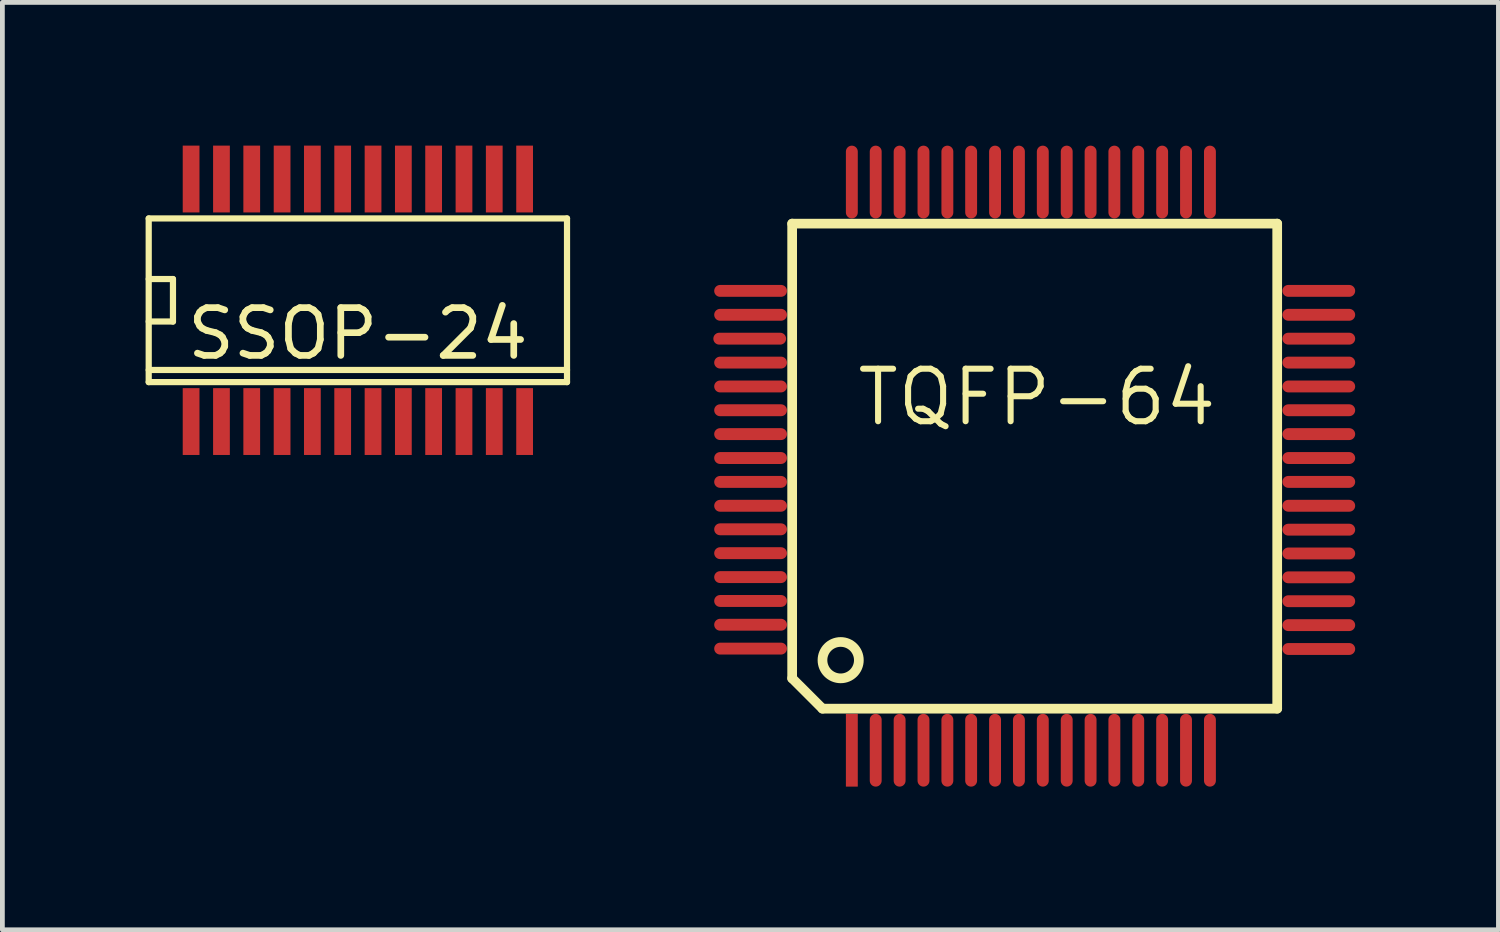
<source format=kicad_pcb>
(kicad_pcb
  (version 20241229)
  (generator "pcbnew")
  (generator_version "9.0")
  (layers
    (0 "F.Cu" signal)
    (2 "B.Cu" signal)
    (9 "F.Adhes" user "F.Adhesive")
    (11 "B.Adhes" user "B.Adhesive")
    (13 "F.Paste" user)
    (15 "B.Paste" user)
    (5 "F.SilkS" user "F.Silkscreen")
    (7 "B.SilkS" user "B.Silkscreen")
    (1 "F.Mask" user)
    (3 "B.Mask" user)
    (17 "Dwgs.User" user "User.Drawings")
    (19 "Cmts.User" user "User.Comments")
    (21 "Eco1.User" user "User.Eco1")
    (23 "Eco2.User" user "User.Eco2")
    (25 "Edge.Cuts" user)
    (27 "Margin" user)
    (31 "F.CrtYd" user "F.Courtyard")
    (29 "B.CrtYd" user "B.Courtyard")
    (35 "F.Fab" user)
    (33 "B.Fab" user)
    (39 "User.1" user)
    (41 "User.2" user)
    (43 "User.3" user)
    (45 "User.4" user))
  (footprint "SSOP-24"
    (layer "F.Cu")
    (at 4.446 3.24)
    (property "Reference" "SSOP-24" (at 0 0.699 0) (layer "F.SilkS") (effects (font (size 1.001 1.001) (thickness 0.14))))
    (attr smd)
    (fp_line (start -4.381 -1.714) (end 4.381 -1.714) (stroke (width 0.13) (type solid)) (layer "F.SilkS"))
    (fp_line (start -4.381 -0.445) (end -3.873 -0.445) (stroke (width 0.13) (type solid)) (layer "F.SilkS"))
    (fp_line (start -4.381 0.445) (end -3.873 0.445) (stroke (width 0.13) (type solid)) (layer "F.SilkS"))
    (fp_line (start -4.381 1.46) (end 4.381 1.46) (stroke (width 0.13) (type solid)) (layer "F.SilkS"))
    (fp_line (start -4.381 1.714) (end -4.381 -1.714) (stroke (width 0.13) (type solid)) (layer "F.SilkS"))
    (fp_line (start -3.873 -0.445) (end -3.873 0.445) (stroke (width 0.13) (type solid)) (layer "F.SilkS"))
    (fp_line (start 4.381 -1.714) (end 4.381 1.714) (stroke (width 0.13) (type solid)) (layer "F.SilkS"))
    (fp_line (start 4.381 1.714) (end -4.381 1.714) (stroke (width 0.13) (type solid)) (layer "F.SilkS"))
    (pad "1" smd rect (at -3.493 2.54) (size 0.351 1.4) (layers "F.Cu" "F.Mask" "F.Paste"))
    (pad "2" smd rect (at -2.857 2.54) (size 0.351 1.4) (layers "F.Cu" "F.Mask" "F.Paste"))
    (pad "3" smd rect (at -2.223 2.54) (size 0.351 1.4) (layers "F.Cu" "F.Mask" "F.Paste"))
    (pad "4" smd rect (at -1.587 2.54) (size 0.351 1.4) (layers "F.Cu" "F.Mask" "F.Paste"))
    (pad "5" smd rect (at -0.953 2.54) (size 0.351 1.4) (layers "F.Cu" "F.Mask" "F.Paste"))
    (pad "6" smd rect (at -0.318 2.54) (size 0.351 1.4) (layers "F.Cu" "F.Mask" "F.Paste"))
    (pad "7" smd rect (at 0.318 2.54) (size 0.351 1.4) (layers "F.Cu" "F.Mask" "F.Paste"))
    (pad "8" smd rect (at 0.953 2.54) (size 0.351 1.4) (layers "F.Cu" "F.Mask" "F.Paste"))
    (pad "9" smd rect (at 1.587 2.54) (size 0.351 1.4) (layers "F.Cu" "F.Mask" "F.Paste"))
    (pad "10" smd rect (at 2.223 2.54) (size 0.351 1.4) (layers "F.Cu" "F.Mask" "F.Paste"))
    (pad "11" smd rect (at 2.857 2.54) (size 0.351 1.4) (layers "F.Cu" "F.Mask" "F.Paste"))
    (pad "12" smd rect (at 3.493 2.54) (size 0.351 1.4) (layers "F.Cu" "F.Mask" "F.Paste"))
    (pad "13" smd rect (at 3.493 -2.54) (size 0.351 1.4) (layers "F.Cu" "F.Mask" "F.Paste"))
    (pad "14" smd rect (at 2.857 -2.54) (size 0.351 1.4) (layers "F.Cu" "F.Mask" "F.Paste"))
    (pad "15" smd rect (at 2.223 -2.54) (size 0.351 1.4) (layers "F.Cu" "F.Mask" "F.Paste"))
    (pad "16" smd rect (at 1.587 -2.54) (size 0.351 1.4) (layers "F.Cu" "F.Mask" "F.Paste"))
    (pad "17" smd rect (at 0.953 -2.54) (size 0.351 1.4) (layers "F.Cu" "F.Mask" "F.Paste"))
    (pad "18" smd rect (at 0.318 -2.54) (size 0.351 1.4) (layers "F.Cu" "F.Mask" "F.Paste"))
    (pad "19" smd rect (at -0.318 -2.54) (size 0.351 1.4) (layers "F.Cu" "F.Mask" "F.Paste"))
    (pad "20" smd rect (at -0.953 -2.54) (size 0.351 1.4) (layers "F.Cu" "F.Mask" "F.Paste"))
    (pad "21" smd rect (at -1.587 -2.54) (size 0.351 1.4) (layers "F.Cu" "F.Mask" "F.Paste"))
    (pad "22" smd rect (at -2.223 -2.54) (size 0.351 1.4) (layers "F.Cu" "F.Mask" "F.Paste"))
    (pad "23" smd rect (at -2.857 -2.54) (size 0.351 1.4) (layers "F.Cu" "F.Mask" "F.Paste"))
    (pad "24" smd rect (at -3.493 -2.54) (size 0.351 1.4) (layers "F.Cu" "F.Mask" "F.Paste")))
  (footprint "TQFP-64"
    (layer "F.Cu")
    (at 18.542 6.795)
    (property "Reference" "TQFP-64" (at 0.127 -1.524 0) (layer "F.SilkS") (effects (font (size 1.1 1.1) (thickness 0.127))))
    (attr through_hole)
    (fp_line (start -4.999 -5.161) (end -4.999 4.364) (stroke (width 0.203) (type solid)) (layer "F.SilkS"))
    (fp_line (start -4.999 4.364) (end -4.364 4.999) (stroke (width 0.203) (type solid)) (layer "F.SilkS"))
    (fp_line (start -4.364 4.999) (end 5.161 4.999) (stroke (width 0.203) (type solid)) (layer "F.SilkS"))
    (fp_line (start 5.161 -5.161) (end -4.999 -5.161) (stroke (width 0.203) (type solid)) (layer "F.SilkS"))
    (fp_line (start 5.161 4.999) (end 5.161 -5.161) (stroke (width 0.203) (type solid)) (layer "F.SilkS"))
    (fp_circle (center -3.983 3.983) (end -3.983 3.602) (stroke (width 0.203) (type solid)) (fill no) (layer "F.SilkS"))
    (pad "1" smd rect (at -3.749 5.87) (size 0.249 1.524) (layers "F.Cu" "F.Mask" "F.Paste"))
    (pad "2" smd oval (at -3.249 5.87) (size 0.249 1.524) (layers "F.Cu" "F.Mask" "F.Paste"))
    (pad "3" smd oval (at -2.748 5.87) (size 0.249 1.524) (layers "F.Cu" "F.Mask" "F.Paste"))
    (pad "4" smd oval (at -2.248 5.87) (size 0.249 1.524) (layers "F.Cu" "F.Mask" "F.Paste"))
    (pad "5" smd oval (at -1.748 5.87) (size 0.249 1.524) (layers "F.Cu" "F.Mask" "F.Paste"))
    (pad "6" smd oval (at -1.25 5.87) (size 0.249 1.524) (layers "F.Cu" "F.Mask" "F.Paste"))
    (pad "7" smd oval (at -0.749 5.87) (size 0.249 1.524) (layers "F.Cu" "F.Mask" "F.Paste"))
    (pad "8" smd oval (at -0.249 5.87) (size 0.249 1.524) (layers "F.Cu" "F.Mask" "F.Paste"))
    (pad "9" smd oval (at 0.251 5.87) (size 0.249 1.524) (layers "F.Cu" "F.Mask" "F.Paste"))
    (pad "10" smd oval (at 0.752 5.87) (size 0.249 1.524) (layers "F.Cu" "F.Mask" "F.Paste"))
    (pad "11" smd oval (at 1.252 5.87) (size 0.249 1.524) (layers "F.Cu" "F.Mask" "F.Paste"))
    (pad "12" smd oval (at 1.75 5.87) (size 0.249 1.524) (layers "F.Cu" "F.Mask" "F.Paste"))
    (pad "13" smd oval (at 2.25 5.87) (size 0.249 1.524) (layers "F.Cu" "F.Mask" "F.Paste"))
    (pad "14" smd oval (at 2.751 5.87) (size 0.249 1.524) (layers "F.Cu" "F.Mask" "F.Paste"))
    (pad "15" smd oval (at 3.251 5.87) (size 0.249 1.524) (layers "F.Cu" "F.Mask" "F.Paste"))
    (pad "16" smd oval (at 3.752 5.87) (size 0.249 1.524) (layers "F.Cu" "F.Mask" "F.Paste"))
    (pad "17" smd oval (at 6.032 3.749) (size 1.524 0.249) (layers "F.Cu" "F.Mask" "F.Paste"))
    (pad "18" smd oval (at 6.032 3.249) (size 1.524 0.249) (layers "F.Cu" "F.Mask" "F.Paste"))
    (pad "19" smd oval (at 6.032 2.748) (size 1.524 0.249) (layers "F.Cu" "F.Mask" "F.Paste"))
    (pad "20" smd oval (at 6.032 2.248) (size 1.524 0.249) (layers "F.Cu" "F.Mask" "F.Paste"))
    (pad "21" smd oval (at 6.032 1.748) (size 1.524 0.249) (layers "F.Cu" "F.Mask" "F.Paste"))
    (pad "22" smd oval (at 6.032 1.25) (size 1.524 0.249) (layers "F.Cu" "F.Mask" "F.Paste"))
    (pad "23" smd oval (at 6.032 0.749) (size 1.524 0.249) (layers "F.Cu" "F.Mask" "F.Paste"))
    (pad "24" smd oval (at 6.032 0.249) (size 1.524 0.249) (layers "F.Cu" "F.Mask" "F.Paste"))
    (pad "25" smd oval (at 6.032 -0.251) (size 1.524 0.249) (layers "F.Cu" "F.Mask" "F.Paste"))
    (pad "26" smd oval (at 6.032 -0.752) (size 1.524 0.249) (layers "F.Cu" "F.Mask" "F.Paste"))
    (pad "27" smd oval (at 6.032 -1.252) (size 1.524 0.249) (layers "F.Cu" "F.Mask" "F.Paste"))
    (pad "28" smd oval (at 6.032 -1.75) (size 1.524 0.249) (layers "F.Cu" "F.Mask" "F.Paste"))
    (pad "29" smd oval (at 6.032 -2.25) (size 1.524 0.249) (layers "F.Cu" "F.Mask" "F.Paste"))
    (pad "30" smd oval (at 6.032 -2.751) (size 1.524 0.249) (layers "F.Cu" "F.Mask" "F.Paste"))
    (pad "31" smd oval (at 6.032 -3.251) (size 1.524 0.249) (layers "F.Cu" "F.Mask" "F.Paste"))
    (pad "32" smd oval (at 6.032 -3.752) (size 1.524 0.249) (layers "F.Cu" "F.Mask" "F.Paste"))
    (pad "33" smd oval (at 3.752 -6.032) (size 0.249 1.524) (layers "F.Cu" "F.Mask" "F.Paste"))
    (pad "34" smd oval (at 3.251 -6.032) (size 0.249 1.524) (layers "F.Cu" "F.Mask" "F.Paste"))
    (pad "35" smd oval (at 2.751 -6.032) (size 0.249 1.524) (layers "F.Cu" "F.Mask" "F.Paste"))
    (pad "36" smd oval (at 2.25 -6.032) (size 0.249 1.524) (layers "F.Cu" "F.Mask" "F.Paste"))
    (pad "37" smd oval (at 1.75 -6.032) (size 0.249 1.524) (layers "F.Cu" "F.Mask" "F.Paste"))
    (pad "38" smd oval (at 1.252 -6.032) (size 0.249 1.524) (layers "F.Cu" "F.Mask" "F.Paste"))
    (pad "39" smd oval (at 0.752 -6.032) (size 0.249 1.524) (layers "F.Cu" "F.Mask" "F.Paste"))
    (pad "40" smd oval (at 0.251 -6.032) (size 0.249 1.524) (layers "F.Cu" "F.Mask" "F.Paste"))
    (pad "41" smd oval (at -0.249 -6.032) (size 0.249 1.524) (layers "F.Cu" "F.Mask" "F.Paste"))
    (pad "42" smd oval (at -0.749 -6.032) (size 0.249 1.524) (layers "F.Cu" "F.Mask" "F.Paste"))
    (pad "43" smd oval (at -1.25 -6.032) (size 0.249 1.524) (layers "F.Cu" "F.Mask" "F.Paste"))
    (pad "44" smd oval (at -1.748 -6.032) (size 0.249 1.524) (layers "F.Cu" "F.Mask" "F.Paste"))
    (pad "45" smd oval (at -2.248 -6.032) (size 0.249 1.524) (layers "F.Cu" "F.Mask" "F.Paste"))
    (pad "46" smd oval (at -2.748 -6.032) (size 0.249 1.524) (layers "F.Cu" "F.Mask" "F.Paste"))
    (pad "47" smd oval (at -3.249 -6.032) (size 0.249 1.524) (layers "F.Cu" "F.Mask" "F.Paste"))
    (pad "48" smd oval (at -3.749 -6.032) (size 0.249 1.524) (layers "F.Cu" "F.Mask" "F.Paste"))
    (pad "49" smd oval (at -5.87 -3.752) (size 1.524 0.249) (layers "F.Cu" "F.Mask" "F.Paste"))
    (pad "50" smd oval (at -5.87 -3.251) (size 1.524 0.249) (layers "F.Cu" "F.Mask" "F.Paste"))
    (pad "51" smd oval (at -5.888 -2.751) (size 1.524 0.249) (layers "F.Cu" "F.Mask" "F.Paste"))
    (pad "52" smd oval (at -5.87 -2.25) (size 1.524 0.249) (layers "F.Cu" "F.Mask" "F.Paste"))
    (pad "53" smd oval (at -5.87 -1.75) (size 1.524 0.249) (layers "F.Cu" "F.Mask" "F.Paste"))
    (pad "54" smd oval (at -5.87 -1.252) (size 1.524 0.249) (layers "F.Cu" "F.Mask" "F.Paste"))
    (pad "55" smd oval (at -5.87 -0.752) (size 1.524 0.249) (layers "F.Cu" "F.Mask" "F.Paste"))
    (pad "56" smd oval (at -5.87 -0.251) (size 1.524 0.249) (layers "F.Cu" "F.Mask" "F.Paste"))
    (pad "57" smd oval (at -5.87 0.249) (size 1.524 0.249) (layers "F.Cu" "F.Mask" "F.Paste"))
    (pad "58" smd oval (at -5.87 0.749) (size 1.524 0.249) (layers "F.Cu" "F.Mask" "F.Paste"))
    (pad "59" smd oval (at -5.87 1.242) (size 1.524 0.249) (layers "F.Cu" "F.Mask" "F.Paste"))
    (pad "60" smd oval (at -5.87 1.742) (size 1.524 0.249) (layers "F.Cu" "F.Mask" "F.Paste"))
    (pad "61" smd oval (at -5.87 2.243) (size 1.524 0.249) (layers "F.Cu" "F.Mask" "F.Paste"))
    (pad "62" smd oval (at -5.87 2.743) (size 1.524 0.249) (layers "F.Cu" "F.Mask" "F.Paste"))
    (pad "63" smd oval (at -5.87 3.241) (size 1.524 0.249) (layers "F.Cu" "F.Mask" "F.Paste"))
    (pad "64" smd oval (at -5.87 3.741) (size 1.524 0.249) (layers "F.Cu" "F.Mask" "F.Paste")))
  (gr_rect
    (start -3 -3)
    (end 28.337 16.426)
    (stroke (width 0.1) (type default))
    (fill no)
    (layer "Edge.Cuts")))
</source>
